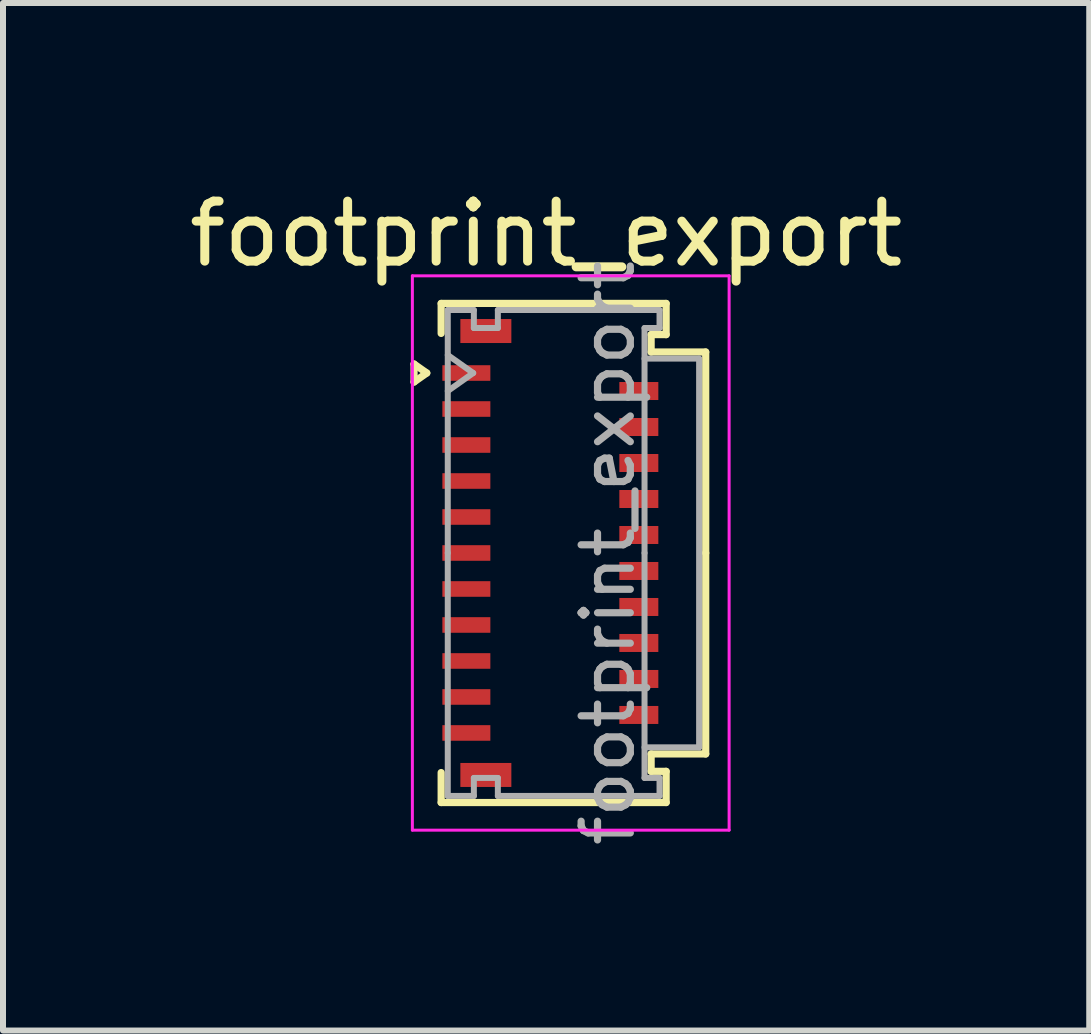
<source format=kicad_pcb>
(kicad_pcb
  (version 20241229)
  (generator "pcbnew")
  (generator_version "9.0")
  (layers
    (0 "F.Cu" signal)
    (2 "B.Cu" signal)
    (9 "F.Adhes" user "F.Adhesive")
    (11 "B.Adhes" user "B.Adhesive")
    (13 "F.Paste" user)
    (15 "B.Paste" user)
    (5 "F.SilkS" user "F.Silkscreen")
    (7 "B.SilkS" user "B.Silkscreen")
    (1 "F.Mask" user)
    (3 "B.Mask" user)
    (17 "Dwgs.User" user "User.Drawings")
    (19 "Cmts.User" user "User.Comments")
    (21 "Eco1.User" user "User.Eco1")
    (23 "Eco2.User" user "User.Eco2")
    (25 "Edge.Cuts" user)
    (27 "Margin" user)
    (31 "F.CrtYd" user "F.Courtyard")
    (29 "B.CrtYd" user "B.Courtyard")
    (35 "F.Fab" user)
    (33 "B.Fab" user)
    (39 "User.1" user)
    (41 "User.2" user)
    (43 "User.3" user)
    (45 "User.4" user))
  (footprint "footprint_export"
    (layer "F.Cu")
    (at 6.124 6.168)
    (property "Reference" "footprint_export" (at -0.07 -5.32 0) (layer "F.SilkS") (effects (font (size 1 1) (thickness 0.15))))
    (attr smd)
    (fp_line (start -2.272 -3.15) (end -2.06 -3) (stroke (width 0.12) (type solid)) (layer "F.SilkS"))
    (fp_line (start -2.272 -2.85) (end -2.272 -3.15) (stroke (width 0.12) (type solid)) (layer "F.SilkS"))
    (fp_line (start -2.06 -3) (end -2.272 -2.85) (stroke (width 0.12) (type solid)) (layer "F.SilkS"))
    (fp_line (start -1.82 -4.16) (end 1.93 -4.16) (stroke (width 0.12) (type solid)) (layer "F.SilkS"))
    (fp_line (start -1.82 -3.66) (end -1.82 -4.16) (stroke (width 0.12) (type solid)) (layer "F.SilkS"))
    (fp_line (start -1.82 3.66) (end -1.82 4.16) (stroke (width 0.12) (type solid)) (layer "F.SilkS"))
    (fp_line (start -1.82 4.16) (end 1.93 4.16) (stroke (width 0.12) (type solid)) (layer "F.SilkS"))
    (fp_line (start 1.68 -3.64) (end 1.68 -3.35) (stroke (width 0.12) (type solid)) (layer "F.SilkS"))
    (fp_line (start 1.68 -3.35) (end 2.59 -3.35) (stroke (width 0.12) (type solid)) (layer "F.SilkS"))
    (fp_line (start 1.68 3.35) (end 2.59 3.35) (stroke (width 0.12) (type solid)) (layer "F.SilkS"))
    (fp_line (start 1.68 3.64) (end 1.68 3.35) (stroke (width 0.12) (type solid)) (layer "F.SilkS"))
    (fp_line (start 1.93 -4.16) (end 1.93 -3.64) (stroke (width 0.12) (type solid)) (layer "F.SilkS"))
    (fp_line (start 1.93 -3.64) (end 1.68 -3.64) (stroke (width 0.12) (type solid)) (layer "F.SilkS"))
    (fp_line (start 1.93 3.64) (end 1.68 3.64) (stroke (width 0.12) (type solid)) (layer "F.SilkS"))
    (fp_line (start 1.93 4.16) (end 1.93 3.64) (stroke (width 0.12) (type solid)) (layer "F.SilkS"))
    (fp_line (start 2.59 -3.35) (end 2.59 0) (stroke (width 0.12) (type solid)) (layer "F.SilkS"))
    (fp_line (start 2.59 3.35) (end 2.59 0) (stroke (width 0.12) (type solid)) (layer "F.SilkS"))
    (fp_line (start -2.3 -4.62) (end -2.3 4.62) (stroke (width 0.05) (type solid)) (layer "F.CrtYd"))
    (fp_line (start -2.3 4.62) (end 2.98 4.62) (stroke (width 0.05) (type solid)) (layer "F.CrtYd"))
    (fp_line (start 2.98 -4.62) (end -2.3 -4.62) (stroke (width 0.05) (type solid)) (layer "F.CrtYd"))
    (fp_line (start 2.98 4.62) (end 2.98 -4.62) (stroke (width 0.05) (type solid)) (layer "F.CrtYd"))
    (fp_line (start -1.71 -4.05) (end -1.275 -4.05) (stroke (width 0.1) (type solid)) (layer "F.Fab"))
    (fp_line (start -1.71 -3.3) (end -1.286 -3) (stroke (width 0.1) (type solid)) (layer "F.Fab"))
    (fp_line (start -1.71 0) (end -1.71 -4.05) (stroke (width 0.1) (type solid)) (layer "F.Fab"))
    (fp_line (start -1.71 0) (end -1.71 4.05) (stroke (width 0.1) (type solid)) (layer "F.Fab"))
    (fp_line (start -1.71 4.05) (end -1.275 4.05) (stroke (width 0.1) (type solid)) (layer "F.Fab"))
    (fp_line (start -1.286 -3) (end -1.71 -2.7) (stroke (width 0.1) (type solid)) (layer "F.Fab"))
    (fp_line (start -1.275 -4.05) (end -1.275 -3.75) (stroke (width 0.1) (type solid)) (layer "F.Fab"))
    (fp_line (start -1.275 -3.75) (end -0.875 -3.75) (stroke (width 0.1) (type solid)) (layer "F.Fab"))
    (fp_line (start -1.275 3.75) (end -0.875 3.75) (stroke (width 0.1) (type solid)) (layer "F.Fab"))
    (fp_line (start -1.275 4.05) (end -1.275 3.75) (stroke (width 0.1) (type solid)) (layer "F.Fab"))
    (fp_line (start -0.875 -4.05) (end 1.82 -4.05) (stroke (width 0.1) (type solid)) (layer "F.Fab"))
    (fp_line (start -0.875 -3.75) (end -0.875 -4.05) (stroke (width 0.1) (type solid)) (layer "F.Fab"))
    (fp_line (start -0.875 3.75) (end -0.875 4.05) (stroke (width 0.1) (type solid)) (layer "F.Fab"))
    (fp_line (start -0.875 4.05) (end 1.82 4.05) (stroke (width 0.1) (type solid)) (layer "F.Fab"))
    (fp_line (start 1.57 -3.75) (end 1.57 0) (stroke (width 0.1) (type solid)) (layer "F.Fab"))
    (fp_line (start 1.57 -3.24) (end 2.48 -3.24) (stroke (width 0.1) (type solid)) (layer "F.Fab"))
    (fp_line (start 1.57 3.75) (end 1.57 0) (stroke (width 0.1) (type solid)) (layer "F.Fab"))
    (fp_line (start 1.82 -4.05) (end 1.82 -3.75) (stroke (width 0.1) (type solid)) (layer "F.Fab"))
    (fp_line (start 1.82 -3.75) (end 1.57 -3.75) (stroke (width 0.1) (type solid)) (layer "F.Fab"))
    (fp_line (start 1.82 3.75) (end 1.57 3.75) (stroke (width 0.1) (type solid)) (layer "F.Fab"))
    (fp_line (start 1.82 4.05) (end 1.82 3.75) (stroke (width 0.1) (type solid)) (layer "F.Fab"))
    (fp_line (start 2.48 -3.24) (end 2.48 3.24) (stroke (width 0.1) (type solid)) (layer "F.Fab"))
    (fp_line (start 2.48 3.24) (end 1.57 3.24) (stroke (width 0.1) (type solid)) (layer "F.Fab"))
    (fp_text user "${REFERENCE}" (at 0.96 0 90) (layer "F.Fab") (effects (font (size 0.82 0.82) (thickness 0.12))))
    (pad "1" smd rect (at -1.4 -3) (size 0.8 0.26) (layers "F.Cu" "F.Mask" "F.Paste"))
    (pad "2" smd rect (at 1.475 -2.7) (size 0.65 0.3) (layers "F.Cu" "F.Mask" "F.Paste"))
    (pad "3" smd rect (at -1.4 -2.4) (size 0.8 0.26) (layers "F.Cu" "F.Mask" "F.Paste"))
    (pad "4" smd rect (at 1.475 -2.1) (size 0.65 0.3) (layers "F.Cu" "F.Mask" "F.Paste"))
    (pad "5" smd rect (at -1.4 -1.8) (size 0.8 0.26) (layers "F.Cu" "F.Mask" "F.Paste"))
    (pad "6" smd rect (at 1.475 -1.5) (size 0.65 0.3) (layers "F.Cu" "F.Mask" "F.Paste"))
    (pad "7" smd rect (at -1.4 -1.2) (size 0.8 0.26) (layers "F.Cu" "F.Mask" "F.Paste"))
    (pad "8" smd rect (at 1.475 -0.9) (size 0.65 0.3) (layers "F.Cu" "F.Mask" "F.Paste"))
    (pad "9" smd rect (at -1.4 -0.6) (size 0.8 0.26) (layers "F.Cu" "F.Mask" "F.Paste"))
    (pad "10" smd rect (at 1.475 -0.3) (size 0.65 0.3) (layers "F.Cu" "F.Mask" "F.Paste"))
    (pad "11" smd rect (at -1.4 0) (size 0.8 0.26) (layers "F.Cu" "F.Mask" "F.Paste"))
    (pad "12" smd rect (at 1.475 0.3) (size 0.65 0.3) (layers "F.Cu" "F.Mask" "F.Paste"))
    (pad "13" smd rect (at -1.4 0.6) (size 0.8 0.26) (layers "F.Cu" "F.Mask" "F.Paste"))
    (pad "14" smd rect (at 1.475 0.9) (size 0.65 0.3) (layers "F.Cu" "F.Mask" "F.Paste"))
    (pad "15" smd rect (at -1.4 1.2) (size 0.8 0.26) (layers "F.Cu" "F.Mask" "F.Paste"))
    (pad "16" smd rect (at 1.475 1.5) (size 0.65 0.3) (layers "F.Cu" "F.Mask" "F.Paste"))
    (pad "17" smd rect (at -1.4 1.8) (size 0.8 0.26) (layers "F.Cu" "F.Mask" "F.Paste"))
    (pad "18" smd rect (at 1.475 2.1) (size 0.65 0.3) (layers "F.Cu" "F.Mask" "F.Paste"))
    (pad "19" smd rect (at -1.4 2.4) (size 0.8 0.26) (layers "F.Cu" "F.Mask" "F.Paste"))
    (pad "20" smd rect (at 1.475 2.7) (size 0.65 0.3) (layers "F.Cu" "F.Mask" "F.Paste"))
    (pad "21" smd rect (at -1.4 3) (size 0.8 0.26) (layers "F.Cu" "F.Mask" "F.Paste"))
    (pad "MP" smd rect (at -1.075 -3.7) (size 0.85 0.4) (layers "F.Cu" "F.Mask" "F.Paste"))
    (pad "MP" smd rect (at -1.075 3.7) (size 0.85 0.4) (layers "F.Cu" "F.Mask" "F.Paste")))
  (gr_rect
    (start -3 -3)
    (end 15.107 14.128)
    (stroke (width 0.1) (type default))
    (fill no)
    (layer "Edge.Cuts")))
</source>
